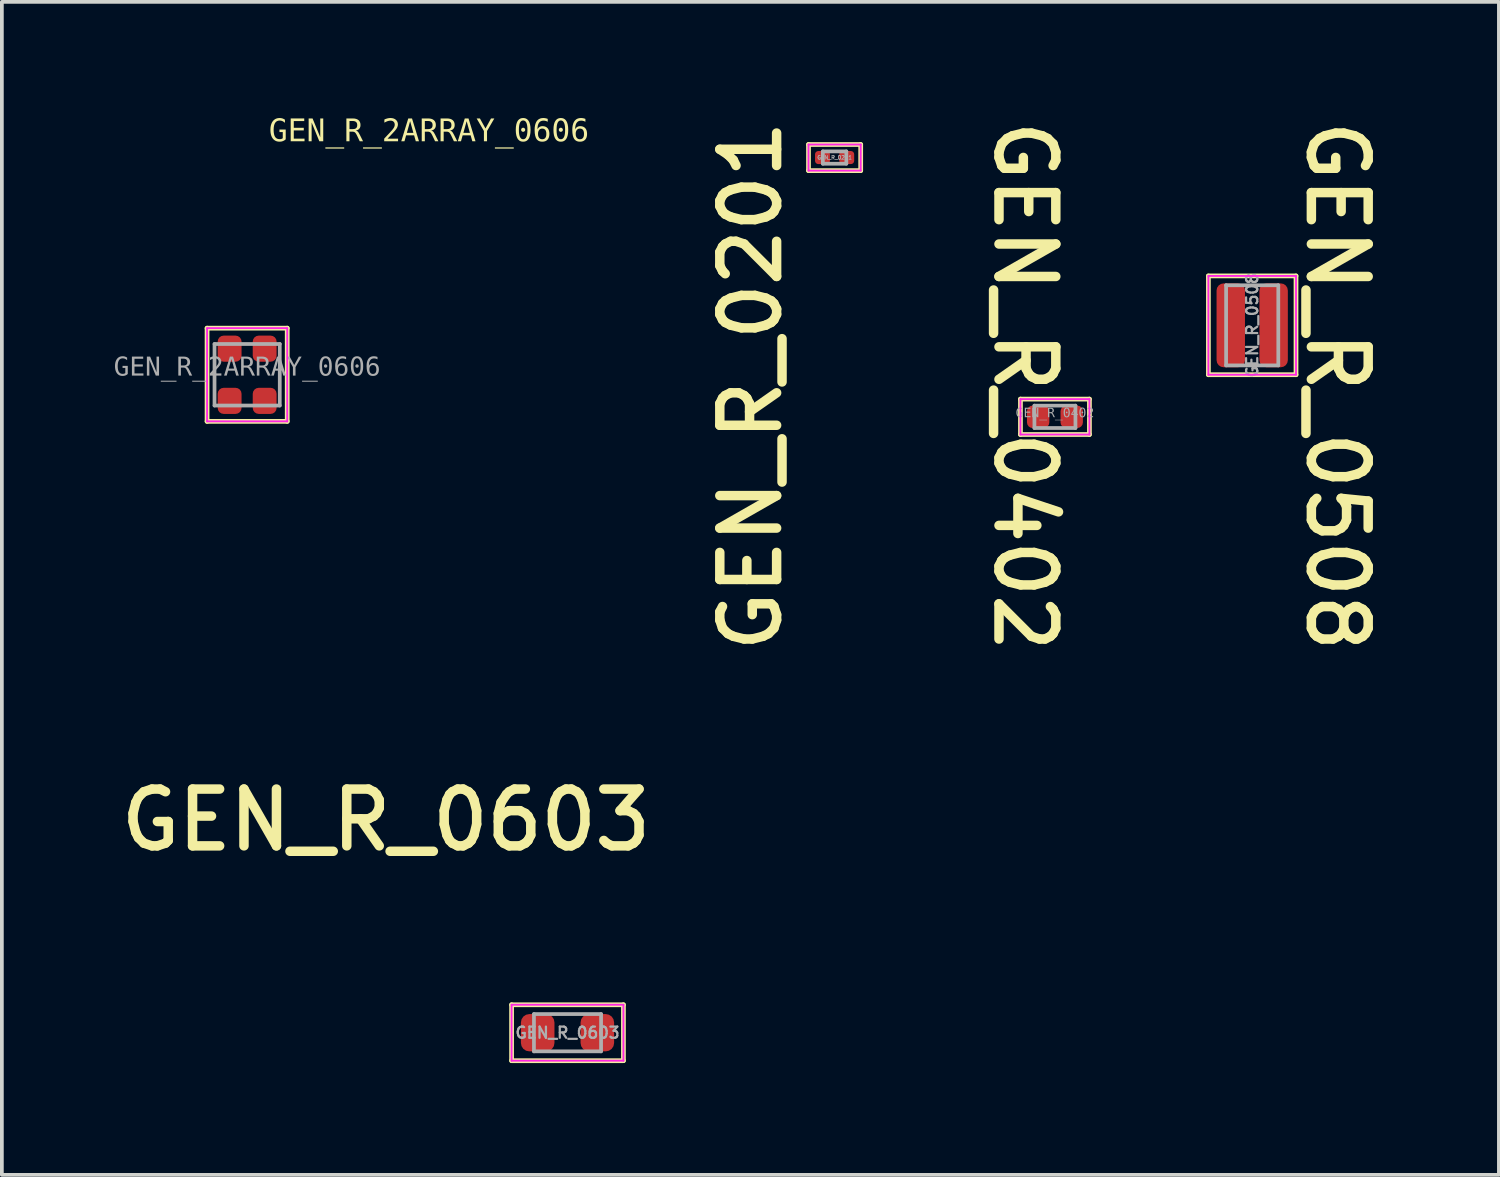
<source format=kicad_pcb>
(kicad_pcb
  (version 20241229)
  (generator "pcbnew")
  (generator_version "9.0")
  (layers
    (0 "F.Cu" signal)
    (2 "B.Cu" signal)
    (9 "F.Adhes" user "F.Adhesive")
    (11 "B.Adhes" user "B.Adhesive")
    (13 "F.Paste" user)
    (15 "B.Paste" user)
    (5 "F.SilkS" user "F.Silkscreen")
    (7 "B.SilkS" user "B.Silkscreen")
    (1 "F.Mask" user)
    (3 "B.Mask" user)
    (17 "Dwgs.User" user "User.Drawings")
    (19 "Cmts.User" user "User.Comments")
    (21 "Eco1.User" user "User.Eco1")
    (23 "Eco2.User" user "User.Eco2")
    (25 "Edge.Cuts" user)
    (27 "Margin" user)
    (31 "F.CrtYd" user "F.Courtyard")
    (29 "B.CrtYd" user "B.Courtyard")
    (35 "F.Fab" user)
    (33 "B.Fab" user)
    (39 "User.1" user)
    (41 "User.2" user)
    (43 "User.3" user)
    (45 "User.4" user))
  (footprint "GEN_R_2ARRAY_0606"
    (layer "F.Cu")
    (at 3.579 7.002)
    (property "Reference" "GEN_R_2ARRAY_0606" (at 4.877 -6.512 0) (unlocked yes) (layer "F.SilkS") (effects (font (face "Consolas") (size 0.6 0.6) (thickness 0.254))))
    (fp_line (start -1.075 -1.25) (end 1.075 -1.25) (stroke (width 0.127) (type solid)) (layer "F.SilkS"))
    (fp_line (start -1.075 1.25) (end -1.075 -1.25) (stroke (width 0.127) (type solid)) (layer "F.SilkS"))
    (fp_line (start -1.075 1.25) (end 1.075 1.25) (stroke (width 0.127) (type solid)) (layer "F.SilkS"))
    (fp_line (start 1.075 1.25) (end 1.075 -1.25) (stroke (width 0.127) (type solid)) (layer "F.SilkS"))
    (fp_line (start -1.075 -1.25) (end 1.075 -1.25) (stroke (width 0.05) (type solid)) (layer "F.CrtYd"))
    (fp_line (start -1.075 1.25) (end -1.075 -1.25) (stroke (width 0.05) (type solid)) (layer "F.CrtYd"))
    (fp_line (start -1.075 1.25) (end 1.075 1.25) (stroke (width 0.05) (type solid)) (layer "F.CrtYd"))
    (fp_line (start 1.075 1.25) (end 1.075 -1.25) (stroke (width 0.05) (type solid)) (layer "F.CrtYd"))
    (fp_line (start -0.875 -0.825) (end 0.875 -0.825) (stroke (width 0.1) (type solid)) (layer "F.Fab"))
    (fp_line (start -0.875 0.825) (end -0.875 -0.825) (stroke (width 0.1) (type solid)) (layer "F.Fab"))
    (fp_line (start -0.875 0.825) (end 0.875 0.825) (stroke (width 0.1) (type solid)) (layer "F.Fab"))
    (fp_line (start 0.875 0.825) (end 0.875 -0.825) (stroke (width 0.1) (type solid)) (layer "F.Fab"))
    (fp_line (start -0.5 0) (end 0.5 0) (stroke (width 0.1) (type solid)) (layer "User.1"))
    (fp_line (start 0 0.5) (end 0 -0.5) (stroke (width 0.1) (type solid)) (layer "User.1"))
    (fp_text user "${REFERENCE}" (at 0.000005 -0.185 0) (unlocked yes) (layer "F.Fab") (effects (font (face "Consolas") (size 0.5 0.5) (thickness 0.254))))
    (pad "1" smd roundrect (at -0.47 0.7 180) (size 0.64 0.7) (layers "F.Cu" "F.Mask" "F.Paste") (roundrect_rratio 0.25))
    (pad "2" smd roundrect (at 0.47 0.7 180) (size 0.64 0.7) (layers "F.Cu" "F.Mask" "F.Paste") (roundrect_rratio 0.25))
    (pad "3" smd roundrect (at 0.47 -0.7 180) (size 0.64 0.7) (layers "F.Cu" "F.Mask" "F.Paste") (roundrect_rratio 0.25))
    (pad "4" smd roundrect (at -0.47 -0.7 180) (size 0.64 0.7) (layers "F.Cu" "F.Mask" "F.Paste") (roundrect_rratio 0.25)))
  (footprint "GEN_R_0402"
    (layer "F.Cu")
    (at 25.246 8.13)
    (property "Reference" "GEN_R_0402" (at -0.809 -0.825 270) (unlocked yes) (layer "F.SilkS") (effects (font (size 1.524 1.524) (thickness 0.254))))
    (fp_line (start -0.925 0.475) (end -0.925 -0.475) (stroke (width 0.127) (type solid)) (layer "F.SilkS"))
    (fp_line (start 0.925 -0.475) (end -0.925 -0.475) (stroke (width 0.127) (type solid)) (layer "F.SilkS"))
    (fp_line (start 0.925 0.475) (end -0.925 0.475) (stroke (width 0.127) (type solid)) (layer "F.SilkS"))
    (fp_line (start 0.925 0.475) (end 0.925 -0.475) (stroke (width 0.127) (type solid)) (layer "F.SilkS"))
    (fp_line (start -0.925 0.475) (end -0.925 -0.475) (stroke (width 0.05) (type solid)) (layer "F.CrtYd"))
    (fp_line (start 0.925 -0.475) (end -0.925 -0.475) (stroke (width 0.05) (type solid)) (layer "F.CrtYd"))
    (fp_line (start 0.925 0.475) (end -0.925 0.475) (stroke (width 0.05) (type solid)) (layer "F.CrtYd"))
    (fp_line (start 0.925 0.475) (end 0.925 -0.475) (stroke (width 0.05) (type solid)) (layer "F.CrtYd"))
    (fp_line (start -0.55 0.3) (end -0.55 -0.3) (stroke (width 0.1) (type solid)) (layer "F.Fab"))
    (fp_line (start 0.55 -0.3) (end -0.55 -0.3) (stroke (width 0.1) (type solid)) (layer "F.Fab"))
    (fp_line (start 0.55 0.3) (end -0.55 0.3) (stroke (width 0.1) (type solid)) (layer "F.Fab"))
    (fp_line (start 0.55 0.3) (end 0.55 -0.3) (stroke (width 0.1) (type solid)) (layer "F.Fab"))
    (fp_text user "${REFERENCE}" (at 0.00001 -0.093 0) (unlocked yes) (layer "F.Fab") (effects (font (face "Consolas") (size 0.25 0.25) (thickness 0.254))))
    (pad "1" smd roundrect (at -0.45 0 90) (size 0.6 0.6) (layers "F.Cu" "F.Mask" "F.Paste") (roundrect_rratio 0.25))
    (pad "2" smd roundrect (at 0.45 0 90) (size 0.6 0.6) (layers "F.Cu" "F.Mask" "F.Paste") (roundrect_rratio 0.25)))
  (footprint "GEN_R_0508"
    (layer "F.Cu")
    (at 30.537 5.676)
    (property "Reference" "GEN_R_0508" (at 2.279 1.629 270) (unlocked yes) (layer "F.SilkS") (effects (font (size 1.524 1.524) (thickness 0.254))))
    (fp_line (start -1.175 -1.325) (end -1.175 1.325) (stroke (width 0.127) (type solid)) (layer "F.SilkS"))
    (fp_line (start -1.175 -1.325) (end 1.175 -1.325) (stroke (width 0.127) (type solid)) (layer "F.SilkS"))
    (fp_line (start -1.175 1.325) (end 1.175 1.325) (stroke (width 0.127) (type solid)) (layer "F.SilkS"))
    (fp_line (start 1.175 -1.325) (end 1.175 1.325) (stroke (width 0.127) (type solid)) (layer "F.SilkS"))
    (fp_line (start -1.175 -1.325) (end -1.175 1.325) (stroke (width 0.05) (type solid)) (layer "F.CrtYd"))
    (fp_line (start -1.175 -1.325) (end 1.175 -1.325) (stroke (width 0.05) (type solid)) (layer "F.CrtYd"))
    (fp_line (start -1.175 1.325) (end 1.175 1.325) (stroke (width 0.05) (type solid)) (layer "F.CrtYd"))
    (fp_line (start 1.175 -1.325) (end 1.175 1.325) (stroke (width 0.05) (type solid)) (layer "F.CrtYd"))
    (fp_line (start -0.7 -1.075) (end -0.7 1.075) (stroke (width 0.1) (type solid)) (layer "F.Fab"))
    (fp_line (start -0.7 -1.075) (end 0.7 -1.075) (stroke (width 0.1) (type solid)) (layer "F.Fab"))
    (fp_line (start -0.7 1.075) (end 0.7 1.075) (stroke (width 0.1) (type solid)) (layer "F.Fab"))
    (fp_line (start 0.7 -1.075) (end 0.7 1.075) (stroke (width 0.1) (type solid)) (layer "F.Fab"))
    (fp_text user "${REFERENCE}" (at 0 0 90) (unlocked yes) (layer "F.Fab") (effects (font (size 0.3 0.3) (thickness 0.06) (bold yes))))
    (pad "1" smd roundrect (at -0.575 0 90) (size 2.25 0.762) (layers "F.Cu" "F.Mask" "F.Paste") (roundrect_rratio 0.25))
    (pad "2" smd roundrect (at 0.575 0 90) (size 2.25 0.762) (layers "F.Cu" "F.Mask" "F.Paste") (roundrect_rratio 0.25)))
  (footprint "GEN_R_0201"
    (layer "F.Cu")
    (at 19.336 1.176)
    (property "Reference" "GEN_R_0201" (at -2.247 6.128 90) (unlocked yes) (layer "F.SilkS") (effects (font (size 1.524 1.524) (thickness 0.254))))
    (attr smd)
    (fp_line (start -0.7 -0.35) (end -0.7 0.35) (stroke (width 0.127) (type solid)) (layer "F.SilkS"))
    (fp_line (start 0.7 -0.35) (end -0.7 -0.35) (stroke (width 0.127) (type solid)) (layer "F.SilkS"))
    (fp_line (start 0.7 -0.35) (end 0.7 0.35) (stroke (width 0.127) (type solid)) (layer "F.SilkS"))
    (fp_line (start 0.7 0.35) (end -0.7 0.35) (stroke (width 0.127) (type solid)) (layer "F.SilkS"))
    (fp_line (start -0.7 -0.35) (end -0.7 0.35) (stroke (width 0.05) (type solid)) (layer "F.CrtYd"))
    (fp_line (start 0.7 -0.35) (end -0.7 -0.35) (stroke (width 0.05) (type solid)) (layer "F.CrtYd"))
    (fp_line (start 0.7 -0.35) (end 0.7 0.35) (stroke (width 0.05) (type solid)) (layer "F.CrtYd"))
    (fp_line (start 0.7 0.35) (end -0.7 0.35) (stroke (width 0.05) (type solid)) (layer "F.CrtYd"))
    (fp_line (start -0.315 -0.165) (end -0.315 0.165) (stroke (width 0.1) (type solid)) (layer "F.Fab"))
    (fp_line (start 0.315 -0.165) (end -0.315 -0.165) (stroke (width 0.1) (type solid)) (layer "F.Fab"))
    (fp_line (start 0.315 -0.165) (end 0.315 0.165) (stroke (width 0.1) (type solid)) (layer "F.Fab"))
    (fp_line (start 0.315 0.165) (end -0.315 0.165) (stroke (width 0.1) (type solid)) (layer "F.Fab"))
    (fp_text user "${REFERENCE}" (at 0 0 0) (unlocked yes) (layer "F.Fab") (effects (font (size 0.1 0.1) (thickness 0.02) (bold yes))))
    (pad "1" smd roundrect (at -0.325 0 90) (size 0.35 0.4) (layers "F.Cu" "F.Mask" "F.Paste") (roundrect_rratio 0.25))
    (pad "2" smd roundrect (at 0.325 0 90) (size 0.35 0.4) (layers "F.Cu" "F.Mask" "F.Paste") (roundrect_rratio 0.25)))
  (footprint "GEN_R_0603"
    (layer "F.Cu")
    (at 12.172 24.65)
    (property "Reference" "GEN_R_0603" (at -4.868 -5.704 0) (unlocked yes) (layer "F.SilkS") (effects (font (size 1.524 1.524) (thickness 0.254))))
    (fp_line (start -1.5 0.75) (end -1.5 -0.75) (stroke (width 0.127) (type solid)) (layer "F.SilkS"))
    (fp_line (start 1.5 -0.75) (end -1.5 -0.75) (stroke (width 0.127) (type solid)) (layer "F.SilkS"))
    (fp_line (start 1.5 0.75) (end -1.5 0.75) (stroke (width 0.127) (type solid)) (layer "F.SilkS"))
    (fp_line (start 1.5 0.75) (end 1.5 -0.75) (stroke (width 0.127) (type solid)) (layer "F.SilkS"))
    (fp_line (start -1.5 0.75) (end -1.5 -0.75) (stroke (width 0.05) (type solid)) (layer "F.CrtYd"))
    (fp_line (start 1.5 -0.75) (end -1.5 -0.75) (stroke (width 0.05) (type solid)) (layer "F.CrtYd"))
    (fp_line (start 1.5 0.75) (end -1.5 0.75) (stroke (width 0.05) (type solid)) (layer "F.CrtYd"))
    (fp_line (start 1.5 0.75) (end 1.5 -0.75) (stroke (width 0.05) (type solid)) (layer "F.CrtYd"))
    (fp_line (start -0.9 0.5) (end -0.9 -0.5) (stroke (width 0.1) (type solid)) (layer "F.Fab"))
    (fp_line (start 0.9 -0.5) (end -0.9 -0.5) (stroke (width 0.1) (type solid)) (layer "F.Fab"))
    (fp_line (start 0.9 0.5) (end -0.9 0.5) (stroke (width 0.1) (type solid)) (layer "F.Fab"))
    (fp_line (start 0.9 0.5) (end 0.9 -0.5) (stroke (width 0.1) (type solid)) (layer "F.Fab"))
    (fp_text user "${REFERENCE}" (at 0 0 0) (unlocked yes) (layer "F.Fab") (effects (font (size 0.3 0.3) (thickness 0.06) (bold yes))))
    (pad "1" smd roundrect (at -0.8 0 90) (size 1 0.9) (layers "F.Cu" "F.Mask" "F.Paste") (roundrect_rratio 0.25))
    (pad "2" smd roundrect (at 0.8 0 90) (size 1 0.9) (layers "F.Cu" "F.Mask" "F.Paste") (roundrect_rratio 0.25)))
  (gr_rect
    (start -3 -3)
    (end 37.154 28.463)
    (stroke (width 0.1) (type default))
    (fill no)
    (layer "Edge.Cuts")))
</source>
